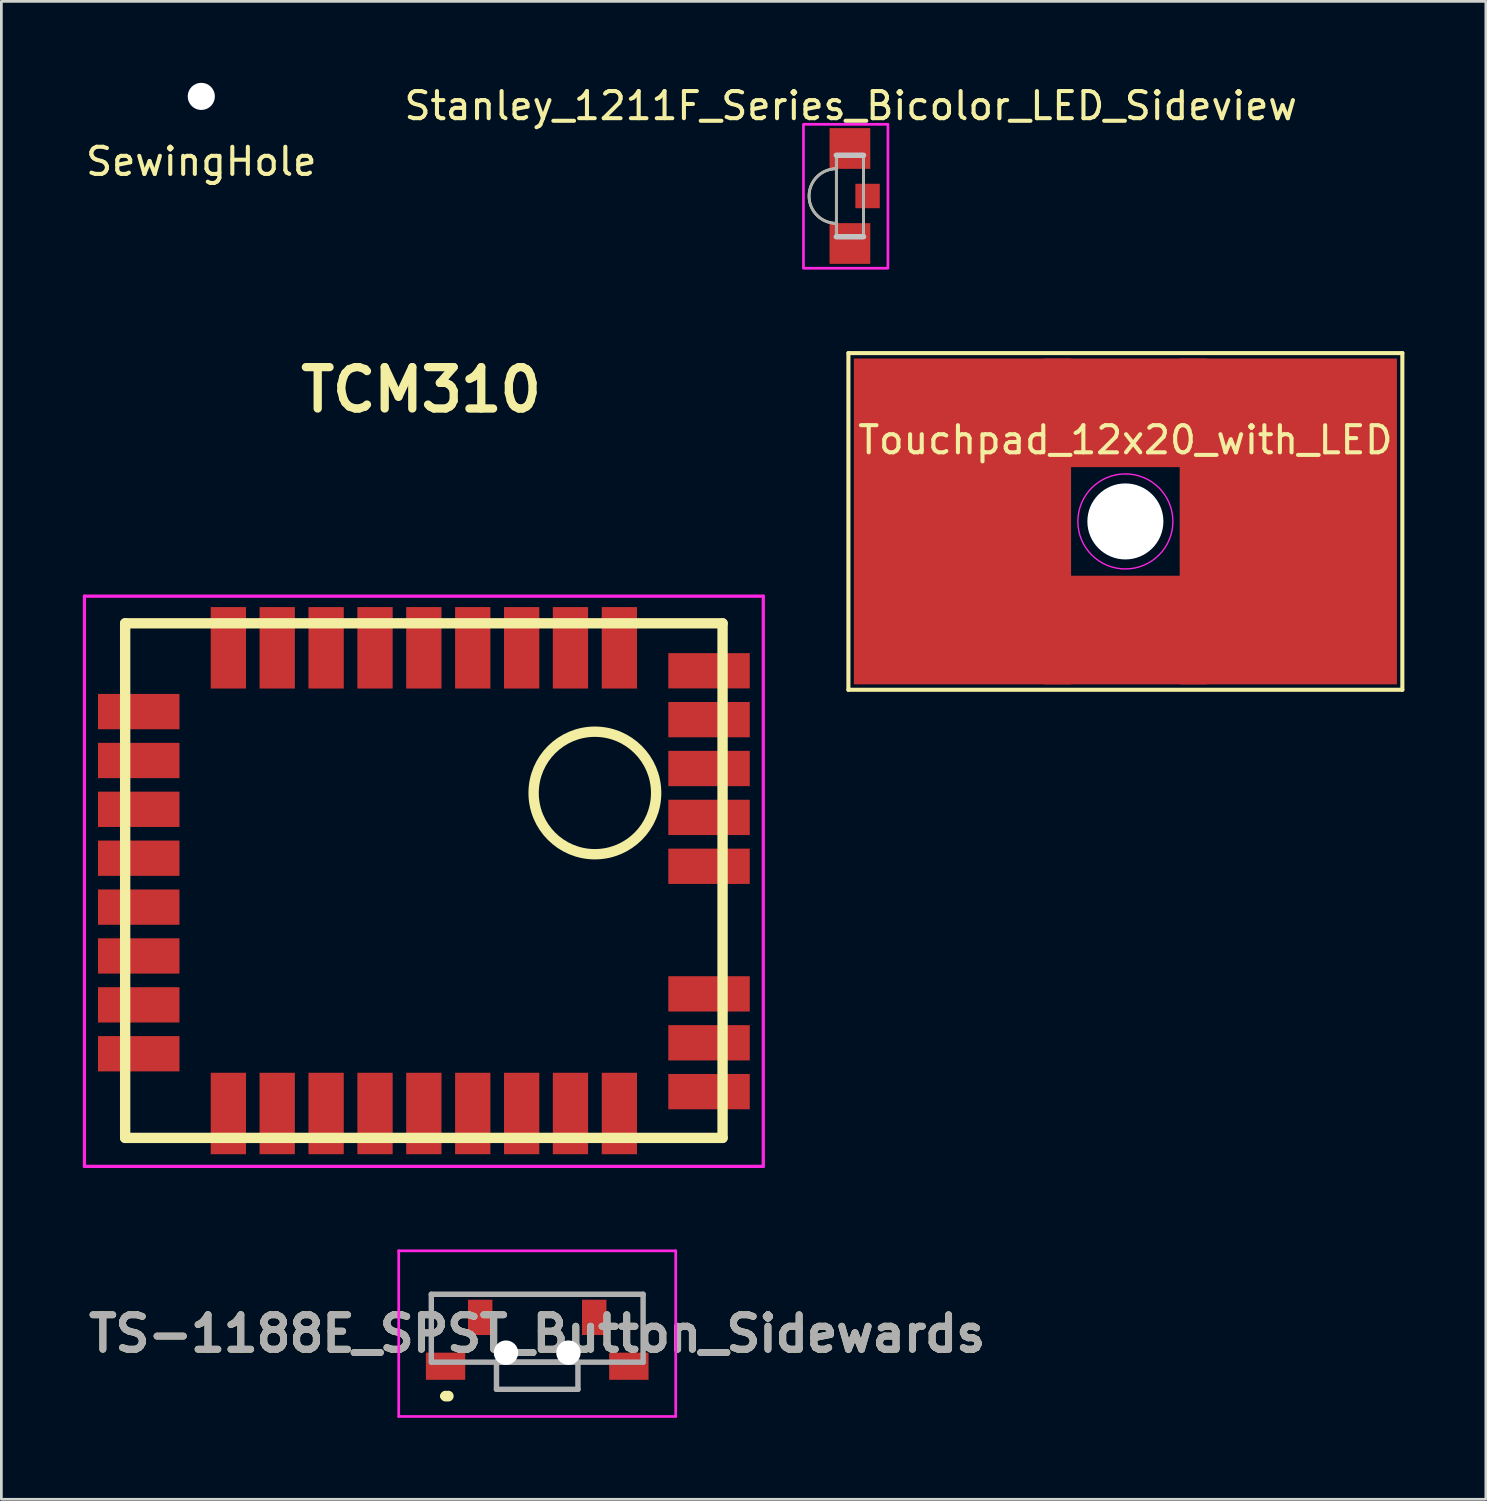
<source format=kicad_pcb>
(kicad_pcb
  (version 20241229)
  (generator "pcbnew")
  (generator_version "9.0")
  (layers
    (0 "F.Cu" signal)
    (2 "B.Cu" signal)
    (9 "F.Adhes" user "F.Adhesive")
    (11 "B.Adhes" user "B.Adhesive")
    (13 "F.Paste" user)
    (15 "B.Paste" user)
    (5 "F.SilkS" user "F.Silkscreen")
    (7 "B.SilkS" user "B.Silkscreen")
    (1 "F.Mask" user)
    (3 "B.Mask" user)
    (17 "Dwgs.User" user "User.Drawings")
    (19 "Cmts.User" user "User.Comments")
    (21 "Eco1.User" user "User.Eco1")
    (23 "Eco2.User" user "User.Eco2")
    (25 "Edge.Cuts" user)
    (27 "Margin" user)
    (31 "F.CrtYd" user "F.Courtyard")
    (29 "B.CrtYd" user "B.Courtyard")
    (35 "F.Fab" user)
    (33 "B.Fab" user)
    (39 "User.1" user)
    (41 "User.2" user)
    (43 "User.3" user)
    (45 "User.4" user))
  (footprint "Touchpad_12x20_with_LED"
    (layer "F.Cu")
    (at 38.395 16.153)
    (property "Reference" "Touchpad_12x20_with_LED" (at 0 -3 0) (layer "F.SilkS") (effects (font (size 1 1) (thickness 0.15))))
    (attr exclude_from_pos_files exclude_from_bom)
    (fp_line (start -10.2 -6.2) (end 10.2 -6.2) (stroke (width 0.15) (type solid)) (layer "F.SilkS"))
    (fp_line (start -10.2 6.2) (end -10.2 -6.2) (stroke (width 0.15) (type solid)) (layer "F.SilkS"))
    (fp_line (start 10.2 -6.2) (end 10.2 6.2) (stroke (width 0.15) (type solid)) (layer "F.SilkS"))
    (fp_line (start 10.2 6.2) (end -10.2 6.2) (stroke (width 0.15) (type solid)) (layer "F.SilkS"))
    (fp_circle (center 0 0) (end 1.75 0) (stroke (width 0.05) (type solid)) (fill no) (layer "F.CrtYd"))
    (pad "" np_thru_hole circle (at 0 0) (size 2.8 2.8) (drill 2.8) (layers "*.Mask" "F.Cu"))
    (pad "1" smd rect (at -6 0) (size 8 12) (layers "F.Cu" "F.Mask" "F.Paste"))
    (pad "1" smd rect (at 0 -4) (size 6 4) (layers "F.Cu" "F.Mask" "F.Paste"))
    (pad "1" smd rect (at 0 4) (size 6 4) (layers "F.Cu" "F.Mask" "F.Paste"))
    (pad "1" smd rect (at 6 0) (size 8 12) (layers "F.Cu" "F.Mask" "F.Paste")))
  (footprint "SewingHole"
    (layer "F.Cu")
    (at 4.363 0.5)
    (property "Reference" "SewingHole" (at 0 2.4 0) (layer "F.SilkS") (effects (font (size 1 1) (thickness 0.15))))
    (attr through_hole)
    (pad "" np_thru_hole circle (at 0 0) (size 1 1) (drill 1) (layers "*.Cu" "*.Mask")))
  (footprint "TS-1188E_SPST_Button_Sidewards"
    (layer "F.Cu")
    (at 16.734 45.865)
    (property "Reference" "TS-1188E_SPST_Button_Sidewards" (at 0 0.2 0) (layer "F.SilkS") (effects (font (size 1.27 1.27) (thickness 0.254))))
    (attr through_hole)
    (fp_line (start -3.9 -1.25) (end -3.9 -1.25) (stroke (width 0.1) (type solid)) (layer "F.SilkS"))
    (fp_line (start -3.9 -1.25) (end -3.9 -1.25) (stroke (width 0.1) (type solid)) (layer "F.SilkS"))
    (fp_line (start -3.9 -1.25) (end -3.9 0.25) (stroke (width 0.1) (type solid)) (layer "F.SilkS"))
    (fp_line (start -3.9 -1.25) (end -3.25 -1.25) (stroke (width 0.1) (type solid)) (layer "F.SilkS"))
    (fp_line (start -3.9 0.25) (end -3.9 -1.25) (stroke (width 0.1) (type solid)) (layer "F.SilkS"))
    (fp_line (start -3.9 0.25) (end -3.9 0.25) (stroke (width 0.1) (type solid)) (layer "F.SilkS"))
    (fp_line (start -3.475 2.5) (end -3.475 2.5) (stroke (width 0.2) (type solid)) (layer "F.SilkS"))
    (fp_line (start -3.275 2.5) (end -3.275 2.5) (stroke (width 0.2) (type solid)) (layer "F.SilkS"))
    (fp_line (start -3.275 2.5) (end -3.275 2.5) (stroke (width 0.2) (type solid)) (layer "F.SilkS"))
    (fp_line (start -3.25 -1.25) (end -3.9 -1.25) (stroke (width 0.1) (type solid)) (layer "F.SilkS"))
    (fp_line (start -3.25 -1.25) (end -3.25 -1.25) (stroke (width 0.1) (type solid)) (layer "F.SilkS"))
    (fp_line (start -1.5 1.75) (end -1.5 1.75) (stroke (width 0.1) (type solid)) (layer "F.SilkS"))
    (fp_line (start -1.5 1.75) (end -1.5 2.25) (stroke (width 0.1) (type solid)) (layer "F.SilkS"))
    (fp_line (start -1.5 2.25) (end -1.5 1.75) (stroke (width 0.1) (type solid)) (layer "F.SilkS"))
    (fp_line (start -1.5 2.25) (end -1.5 2.25) (stroke (width 0.1) (type solid)) (layer "F.SilkS"))
    (fp_line (start -1.5 2.25) (end -1.5 2.25) (stroke (width 0.1) (type solid)) (layer "F.SilkS"))
    (fp_line (start -1.5 2.25) (end 1.5 2.25) (stroke (width 0.1) (type solid)) (layer "F.SilkS"))
    (fp_line (start -1 -1.25) (end -1 -1.25) (stroke (width 0.1) (type solid)) (layer "F.SilkS"))
    (fp_line (start -1 -1.25) (end 0.75 -1.25) (stroke (width 0.1) (type solid)) (layer "F.SilkS"))
    (fp_line (start 0.75 -1.25) (end -1 -1.25) (stroke (width 0.1) (type solid)) (layer "F.SilkS"))
    (fp_line (start 0.75 -1.25) (end 0.75 -1.25) (stroke (width 0.1) (type solid)) (layer "F.SilkS"))
    (fp_line (start 1.5 1.75) (end 1.5 1.75) (stroke (width 0.1) (type solid)) (layer "F.SilkS"))
    (fp_line (start 1.5 1.75) (end 1.5 2.25) (stroke (width 0.1) (type solid)) (layer "F.SilkS"))
    (fp_line (start 1.5 2.25) (end -1.5 2.25) (stroke (width 0.1) (type solid)) (layer "F.SilkS"))
    (fp_line (start 1.5 2.25) (end 1.5 1.75) (stroke (width 0.1) (type solid)) (layer "F.SilkS"))
    (fp_line (start 1.5 2.25) (end 1.5 2.25) (stroke (width 0.1) (type solid)) (layer "F.SilkS"))
    (fp_line (start 1.5 2.25) (end 1.5 2.25) (stroke (width 0.1) (type solid)) (layer "F.SilkS"))
    (fp_line (start 3.25 -1.25) (end 3.25 -1.25) (stroke (width 0.1) (type solid)) (layer "F.SilkS"))
    (fp_line (start 3.25 -1.25) (end 3.9 -1.25) (stroke (width 0.1) (type solid)) (layer "F.SilkS"))
    (fp_line (start 3.9 -1.25) (end 3.25 -1.25) (stroke (width 0.1) (type solid)) (layer "F.SilkS"))
    (fp_line (start 3.9 -1.25) (end 3.9 -1.25) (stroke (width 0.1) (type solid)) (layer "F.SilkS"))
    (fp_line (start 3.9 -1.25) (end 3.9 -1.25) (stroke (width 0.1) (type solid)) (layer "F.SilkS"))
    (fp_line (start 3.9 -1.25) (end 3.9 0.25) (stroke (width 0.1) (type solid)) (layer "F.SilkS"))
    (fp_line (start 3.9 0.25) (end 3.9 -1.25) (stroke (width 0.1) (type solid)) (layer "F.SilkS"))
    (fp_line (start 3.9 0.25) (end 3.9 0.25) (stroke (width 0.1) (type solid)) (layer "F.SilkS"))
    (fp_arc (start -3.475 2.5) (mid -3.375 2.4) (end -3.275 2.5) (stroke (width 0.2) (type solid)) (layer "F.SilkS"))
    (fp_arc (start -3.275 2.5) (mid -3.375 2.6) (end -3.475 2.5) (stroke (width 0.2) (type solid)) (layer "F.SilkS"))
    (fp_arc (start -3.275 2.5) (mid -3.275 2.5) (end -3.275 2.5) (stroke (width 0.2) (type solid)) (layer "F.SilkS"))
    (fp_line (start -5.1 -2.85) (end 5.1 -2.85) (stroke (width 0.1) (type solid)) (layer "F.CrtYd"))
    (fp_line (start -5.1 3.25) (end -5.1 -2.85) (stroke (width 0.1) (type solid)) (layer "F.CrtYd"))
    (fp_line (start 5.1 -2.85) (end 5.1 3.25) (stroke (width 0.1) (type solid)) (layer "F.CrtYd"))
    (fp_line (start 5.1 3.25) (end -5.1 3.25) (stroke (width 0.1) (type solid)) (layer "F.CrtYd"))
    (fp_line (start -3.9 -1.25) (end -3.9 1.25) (stroke (width 0.2) (type solid)) (layer "F.Fab"))
    (fp_line (start -3.9 1.25) (end 3.9 1.25) (stroke (width 0.2) (type solid)) (layer "F.Fab"))
    (fp_line (start -1.5 1.25) (end 1.5 1.25) (stroke (width 0.2) (type solid)) (layer "F.Fab"))
    (fp_line (start -1.5 2.25) (end -1.5 1.25) (stroke (width 0.2) (type solid)) (layer "F.Fab"))
    (fp_line (start 1.5 1.25) (end 1.5 2.25) (stroke (width 0.2) (type solid)) (layer "F.Fab"))
    (fp_line (start 1.5 2.25) (end -1.5 2.25) (stroke (width 0.2) (type solid)) (layer "F.Fab"))
    (fp_line (start 3.9 -1.25) (end -3.9 -1.25) (stroke (width 0.2) (type solid)) (layer "F.Fab"))
    (fp_line (start 3.9 1.25) (end 3.9 -1.25) (stroke (width 0.2) (type solid)) (layer "F.Fab"))
    (fp_text user "${REFERENCE}" (at 0 0.2 0) (layer "F.Fab") (effects (font (size 1.27 1.27) (thickness 0.254))))
    (pad "" np_thru_hole circle (at -1.15 0.9) (size 0.9 0.9) (drill 0.9) (layers "*.Cu" "*.Mask"))
    (pad "" np_thru_hole circle (at 1.15 0.9) (size 0.9 0.9) (drill 0.9) (layers "*.Cu" "*.Mask"))
    (pad "1" smd rect (at -3.375 1.4 90) (size 1 1.45) (layers "F.Cu" "F.Mask" "F.Paste"))
    (pad "2" smd rect (at 3.375 1.4 90) (size 1 1.45) (layers "F.Cu" "F.Mask" "F.Paste"))
    (pad "3" smd rect (at -2.1 -0.4) (size 0.9 1.3) (layers "F.Cu" "F.Mask" "F.Paste"))
    (pad "4" smd rect (at 2.1 -0.4) (size 0.9 1.3) (layers "F.Cu" "F.Mask" "F.Paste")))
  (footprint "TCM310"
    (layer "F.Cu")
    (at 23.56 19.905)
    (property "Reference" "TCM310" (at -11.1 -8.6 0) (layer "F.SilkS") (effects (font (size 1.524 1.524) (thickness 0.305))))
    (attr through_hole)
    (fp_line (start -22.001 0) (end -22.001 18.951) (stroke (width 0.381) (type solid)) (layer "F.SilkS"))
    (fp_line (start -22.001 18.951) (end 0 18.951) (stroke (width 0.381) (type solid)) (layer "F.SilkS"))
    (fp_line (start 0 0) (end -22.001 0) (stroke (width 0.381) (type solid)) (layer "F.SilkS"))
    (fp_line (start 0 18.951) (end 0 0) (stroke (width 0.381) (type solid)) (layer "F.SilkS"))
    (fp_circle (center -4.702 6.248) (end -2.502 5.748) (stroke (width 0.381) (type solid)) (fill no) (layer "F.SilkS"))
    (fp_line (start -23.5 -1) (end 1.5 -1) (stroke (width 0.12) (type solid)) (layer "F.CrtYd"))
    (fp_line (start -23.5 20) (end -23.5 -1) (stroke (width 0.12) (type solid)) (layer "F.CrtYd"))
    (fp_line (start 1.5 -1) (end 1.5 20) (stroke (width 0.12) (type solid)) (layer "F.CrtYd"))
    (fp_line (start 1.5 20) (end -23.5 20) (stroke (width 0.12) (type solid)) (layer "F.CrtYd"))
    (pad "1" smd rect (at -0.498 17.247) (size 3 1.3) (layers "F.Cu" "F.Mask" "F.Paste"))
    (pad "2" smd rect (at -0.498 15.448) (size 3 1.3) (layers "F.Cu" "F.Mask" "F.Paste"))
    (pad "3" smd rect (at -0.498 13.647) (size 3 1.3) (layers "F.Cu" "F.Mask" "F.Paste"))
    (pad "4" smd rect (at -0.498 8.948) (size 3 1.3) (layers "F.Cu" "F.Mask" "F.Paste"))
    (pad "5" smd rect (at -0.498 7.148) (size 3 1.3) (layers "F.Cu" "F.Mask" "F.Paste"))
    (pad "6" smd rect (at -0.498 5.347) (size 3 1.3) (layers "F.Cu" "F.Mask" "F.Paste"))
    (pad "7" smd rect (at -0.498 3.548) (size 3 1.3) (layers "F.Cu" "F.Mask" "F.Paste"))
    (pad "8" smd rect (at -0.498 1.748) (size 3 1.3) (layers "F.Cu" "F.Mask" "F.Paste"))
    (pad "9" smd rect (at -3.8 0.902 90) (size 3 1.3) (layers "F.Cu" "F.Mask" "F.Paste"))
    (pad "10" smd rect (at -5.601 0.902 90) (size 3 1.3) (layers "F.Cu" "F.Mask" "F.Paste"))
    (pad "11" smd rect (at -7.399 0.902 90) (size 3 1.3) (layers "F.Cu" "F.Mask" "F.Paste"))
    (pad "12" smd rect (at -9.2 0.902 90) (size 3 1.3) (layers "F.Cu" "F.Mask" "F.Paste"))
    (pad "13" smd rect (at -11.001 0.902 90) (size 3 1.3) (layers "F.Cu" "F.Mask" "F.Paste"))
    (pad "14" smd rect (at -12.799 0.902 90) (size 3 1.3) (layers "F.Cu" "F.Mask" "F.Paste"))
    (pad "15" smd rect (at -14.6 0.902 90) (size 3 1.3) (layers "F.Cu" "F.Mask" "F.Paste"))
    (pad "16" smd rect (at -16.401 0.902 90) (size 3 1.3) (layers "F.Cu" "F.Mask" "F.Paste"))
    (pad "17" smd rect (at -18.199 0.902 90) (size 3 1.3) (layers "F.Cu" "F.Mask" "F.Paste"))
    (pad "18" smd rect (at -21.501 3.251 180) (size 3 1.3) (layers "F.Cu" "F.Mask" "F.Paste"))
    (pad "19" smd rect (at -21.501 5.052 180) (size 3 1.3) (layers "F.Cu" "F.Mask" "F.Paste"))
    (pad "20" smd rect (at -21.501 6.85 180) (size 3 1.3) (layers "F.Cu" "F.Mask" "F.Paste"))
    (pad "21" smd rect (at -21.501 8.651 180) (size 3 1.3) (layers "F.Cu" "F.Mask" "F.Paste"))
    (pad "22" smd rect (at -21.501 10.452 180) (size 3 1.3) (layers "F.Cu" "F.Mask" "F.Paste"))
    (pad "23" smd rect (at -21.501 12.25 180) (size 3 1.3) (layers "F.Cu" "F.Mask" "F.Paste"))
    (pad "24" smd rect (at -21.501 14.051 180) (size 3 1.3) (layers "F.Cu" "F.Mask" "F.Paste"))
    (pad "25" smd rect (at -21.501 15.852 180) (size 3 1.3) (layers "F.Cu" "F.Mask" "F.Paste"))
    (pad "26" smd rect (at -18.199 18.052 90) (size 3 1.3) (layers "F.Cu" "F.Mask" "F.Paste"))
    (pad "27" smd rect (at -16.401 18.052 90) (size 3 1.3) (layers "F.Cu" "F.Mask" "F.Paste"))
    (pad "28" smd rect (at -14.6 18.052 90) (size 3 1.3) (layers "F.Cu" "F.Mask" "F.Paste"))
    (pad "29" smd rect (at -12.799 18.052 90) (size 3 1.3) (layers "F.Cu" "F.Mask" "F.Paste"))
    (pad "30" smd rect (at -11.001 18.052 90) (size 3 1.3) (layers "F.Cu" "F.Mask" "F.Paste"))
    (pad "31" smd rect (at -9.2 18.052 90) (size 3 1.3) (layers "F.Cu" "F.Mask" "F.Paste"))
    (pad "32" smd rect (at -7.399 18.052 90) (size 3 1.3) (layers "F.Cu" "F.Mask" "F.Paste"))
    (pad "33" smd rect (at -5.601 18.052 90) (size 3 1.3) (layers "F.Cu" "F.Mask" "F.Paste"))
    (pad "34" smd rect (at -3.8 18.052 90) (size 3 1.3) (layers "F.Cu" "F.Mask" "F.Paste")))
  (footprint "Stanley_1211F_Series_Bicolor_LED_Sideview"
    (layer "F.Cu")
    (at 28.25 4.168)
    (property "Reference" "Stanley_1211F_Series_Bicolor_LED_Sideview" (at 0.03 -3.32 0) (layer "F.SilkS") (effects (font (size 1 1) (thickness 0.15))))
    (attr smd)
    (fp_rect (start -0.5 -1.505) (end 0.5 1.495) (stroke (width 0.1) (type solid)) (fill no) (layer "F.SilkS"))
    (fp_arc (start -0.5 1.005) (mid -1.505 0) (end -0.5 -1.005) (stroke (width 0.1) (type solid)) (layer "F.SilkS"))
    (fp_line (start -0.5 1.5) (end 0.5 1.5) (stroke (width 0.2) (type solid)) (layer "Dwgs.User"))
    (fp_line (start 0.5 -1.5) (end -0.5 -1.5) (stroke (width 0.2) (type solid)) (layer "Dwgs.User"))
    (fp_rect (start -1.71 -2.64) (end 1.4 2.66) (stroke (width 0.1) (type solid)) (fill no) (layer "F.CrtYd"))
    (fp_rect (start -0.5 -1.5) (end 0.5 1.5) (stroke (width 0.1) (type solid)) (fill no) (layer "F.Fab"))
    (fp_arc (start -0.5 1.01) (mid -1.504586 0.005) (end -0.5 -1) (stroke (width 0.1) (type solid)) (layer "F.Fab"))
    (pad "1" smd rect (at 0 1.75 90) (size 1.5 1.5) (layers "F.Cu" "F.Mask" "F.Paste"))
    (pad "2" smd rect (at 0.65 0 90) (size 0.9 0.9) (layers "F.Cu" "F.Mask" "F.Paste"))
    (pad "3" smd rect (at 0 -1.75 90) (size 1.5 1.5) (layers "F.Cu" "F.Mask" "F.Paste")))
  (gr_rect
    (start -3 -3)
    (end 51.67 52.165)
    (stroke (width 0.1) (type default))
    (fill no)
    (layer "Edge.Cuts")))
</source>
